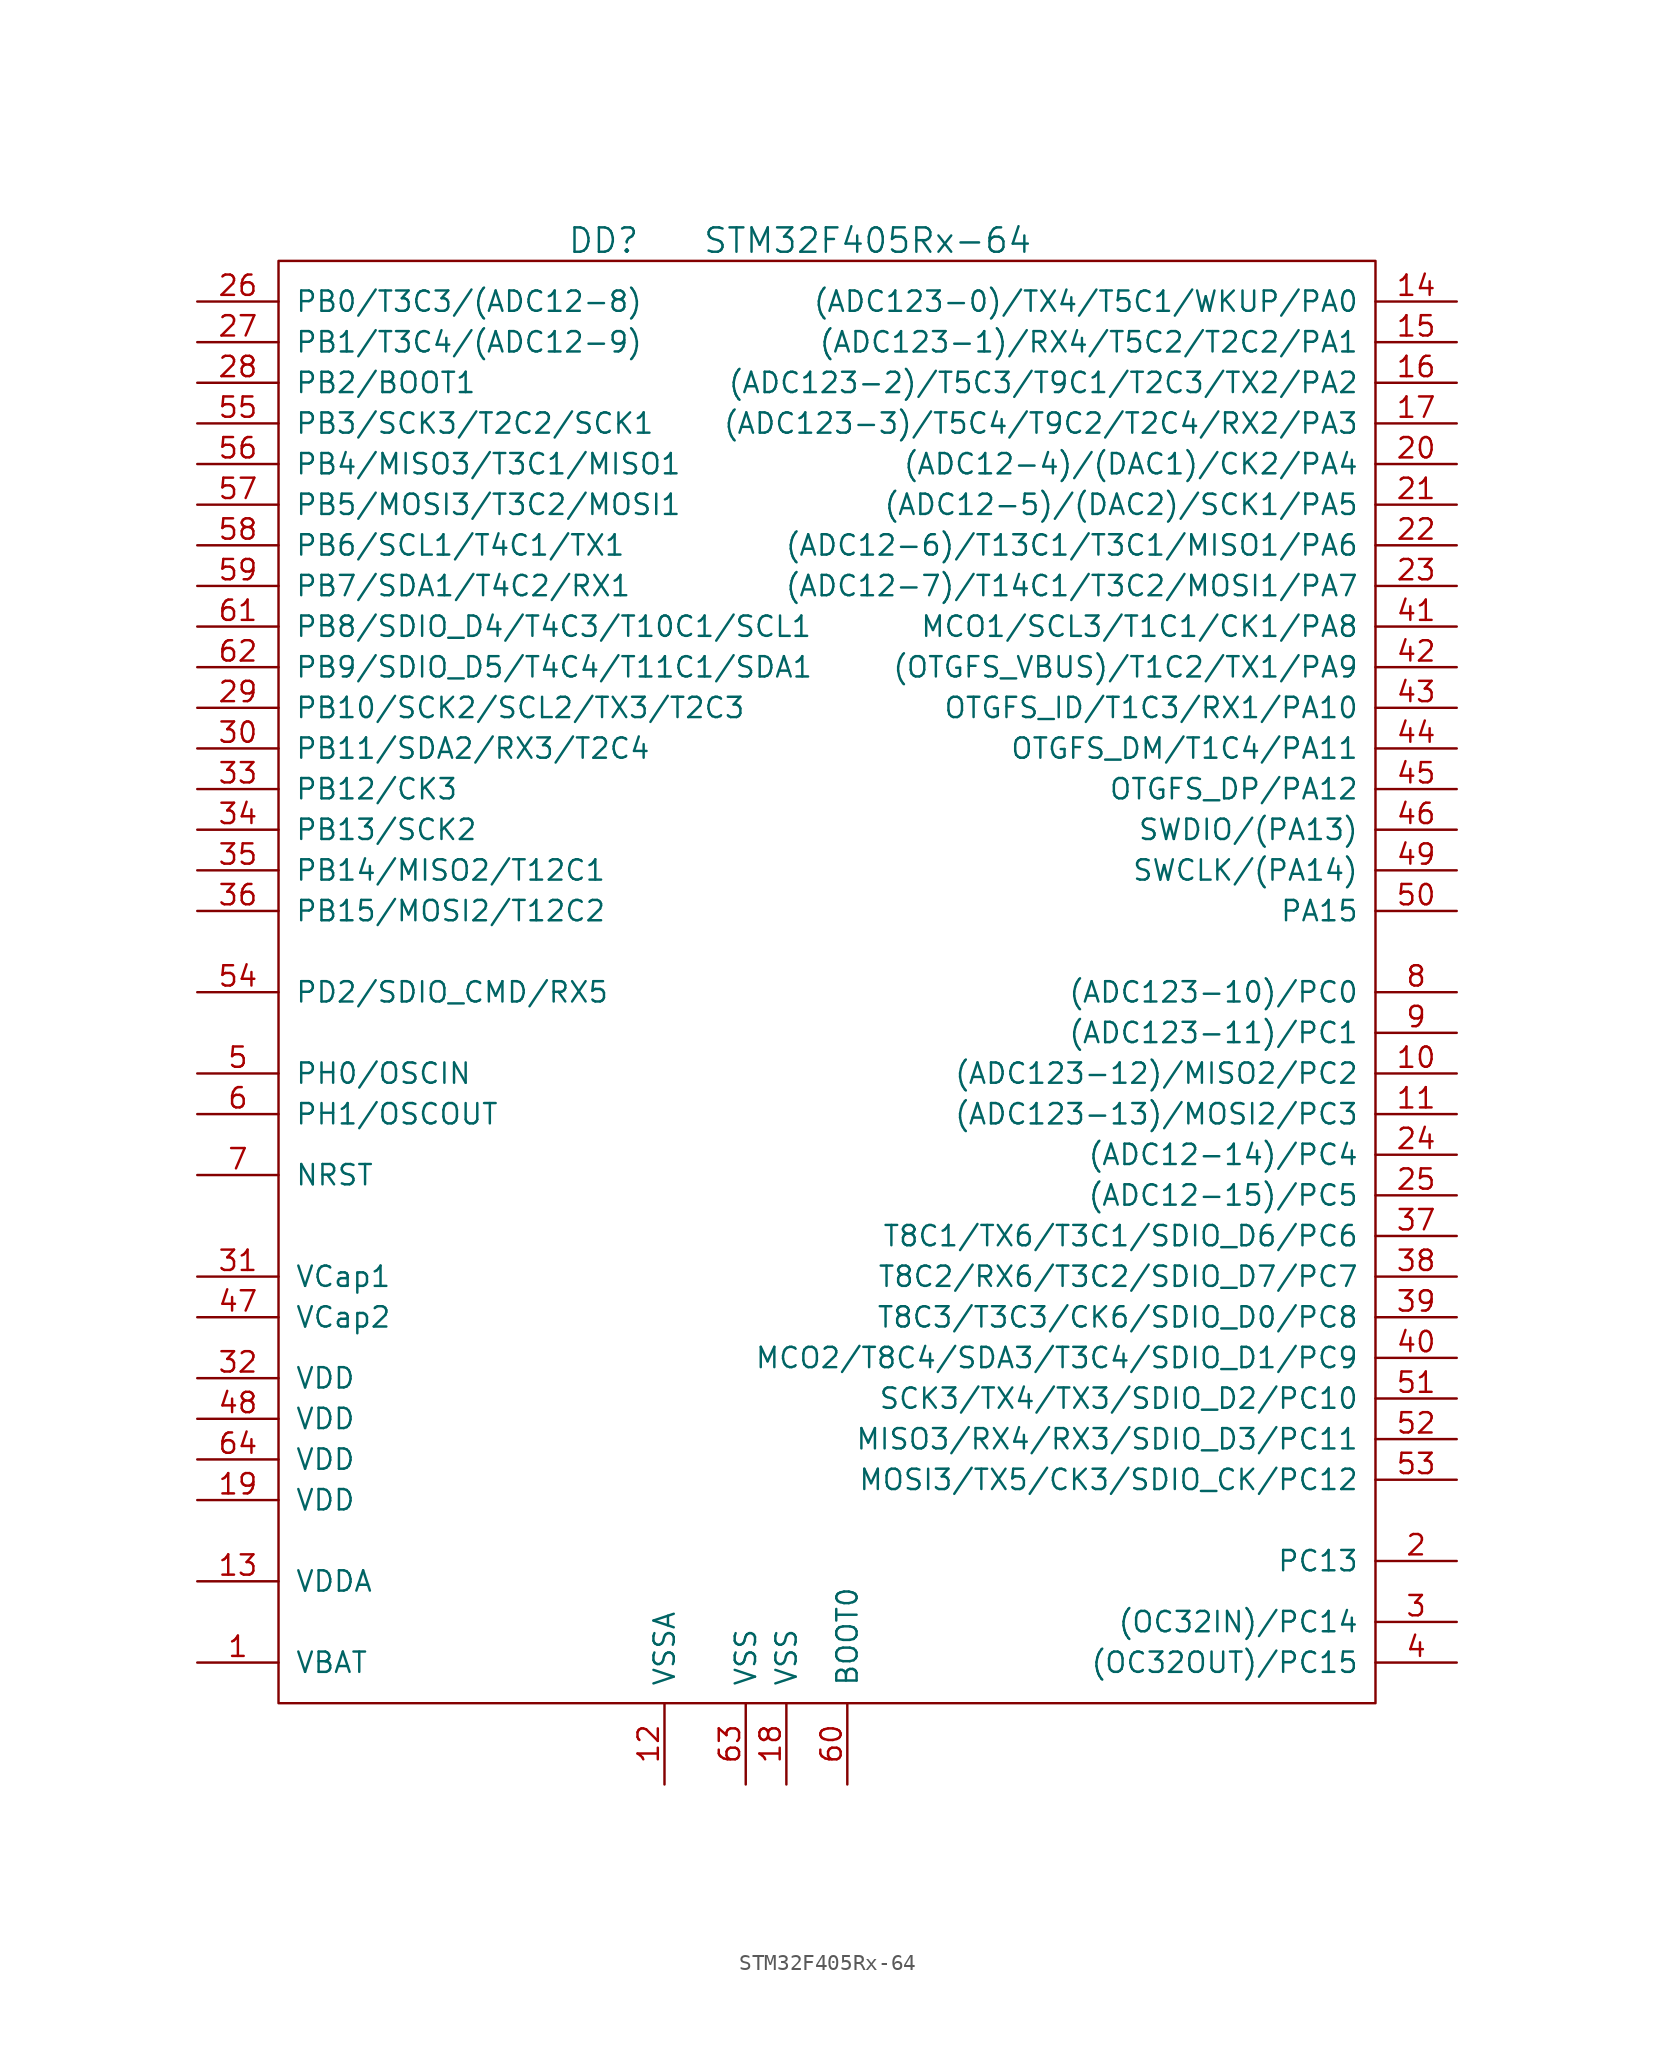
<source format=kicad_sym>
(kicad_symbol_lib
  (version 20201005)
  (generator kicad_symbol_editor)
  (symbol "st_kl:STM32F405Rx-64"
    (pin_names
      (offset 1.016))
    (property "Reference" "DD"
      (at -11.43 39.37 0)
      (effects (font (size 1.524 1.524))))
    (property "Value" "STM32F405Rx-64"
      (at 5.08 39.37 0)
      (effects (font (size 1.524 1.524))))
    (property "Footprint" ""
      (at 0 0 0)
      (effects (font (size 1.524 1.524))))
    (property "Datasheet" ""
      (at 0 0 0)
      (effects (font (size 1.524 1.524))))
    (symbol "STM32F405Rx-64_0_1"
      (rectangle (start -31.75 38.1) (end 36.83 -52.07) (stroke (width 0)) (fill (type none))))
    (symbol "STM32F405Rx-64_1_1"
      (pin power_in line (at -36.83 -49.53 0) (length 5.08) (name "VBAT" (effects (font (size 1.27 1.27)))) (number "1" (effects (font (size 1.27 1.27)))))
      (pin passive line (at 41.91 -12.7 180) (length 5.08) (name "(ADC123-12)/MISO2/PC2" (effects (font (size 1.27 1.27)))) (number "10" (effects (font (size 1.27 1.27)))))
      (pin passive line (at 41.91 -15.24 180) (length 5.08) (name "(ADC123-13)/MOSI2/PC3" (effects (font (size 1.27 1.27)))) (number "11" (effects (font (size 1.27 1.27)))))
      (pin power_in line (at -7.62 -57.15 90) (length 5.08) (name "VSSA" (effects (font (size 1.27 1.27)))) (number "12" (effects (font (size 1.27 1.27)))))
      (pin power_in line (at -36.83 -44.45 0) (length 5.08) (name "VDDA" (effects (font (size 1.27 1.27)))) (number "13" (effects (font (size 1.27 1.27)))))
      (pin passive line (at 41.91 35.56 180) (length 5.08) (name "(ADC123-0)/TX4/T5C1/WKUP/PA0" (effects (font (size 1.27 1.27)))) (number "14" (effects (font (size 1.27 1.27)))))
      (pin passive line (at 41.91 33.02 180) (length 5.08) (name "(ADC123-1)/RX4/T5C2/T2C2/PA1" (effects (font (size 1.27 1.27)))) (number "15" (effects (font (size 1.27 1.27)))))
      (pin passive line (at 41.91 30.48 180) (length 5.08) (name "(ADC123-2)/T5C3/T9C1/T2C3/TX2/PA2" (effects (font (size 1.27 1.27)))) (number "16" (effects (font (size 1.27 1.27)))))
      (pin passive line (at 41.91 27.94 180) (length 5.08) (name "(ADC123-3)/T5C4/T9C2/T2C4/RX2/PA3" (effects (font (size 1.27 1.27)))) (number "17" (effects (font (size 1.27 1.27)))))
      (pin power_in line (at 0 -57.15 90) (length 5.08) (name "VSS" (effects (font (size 1.27 1.27)))) (number "18" (effects (font (size 1.27 1.27)))))
      (pin power_in line (at -36.83 -39.37 0) (length 5.08) (name "VDD" (effects (font (size 1.27 1.27)))) (number "19" (effects (font (size 1.27 1.27)))))
      (pin passive line (at 41.91 -43.18 180) (length 5.08) (name "PC13" (effects (font (size 1.27 1.27)))) (number "2" (effects (font (size 1.27 1.27)))))
      (pin passive line (at 41.91 25.4 180) (length 5.08) (name "(ADC12-4)/(DAC1)/CK2/PA4" (effects (font (size 1.27 1.27)))) (number "20" (effects (font (size 1.27 1.27)))))
      (pin passive line (at 41.91 22.86 180) (length 5.08) (name "(ADC12-5)/(DAC2)/SCK1/PA5" (effects (font (size 1.27 1.27)))) (number "21" (effects (font (size 1.27 1.27)))))
      (pin passive line (at 41.91 20.32 180) (length 5.08) (name "(ADC12-6)/T13C1/T3C1/MISO1/PA6" (effects (font (size 1.27 1.27)))) (number "22" (effects (font (size 1.27 1.27)))))
      (pin passive line (at 41.91 17.78 180) (length 5.08) (name "(ADC12-7)/T14C1/T3C2/MOSI1/PA7" (effects (font (size 1.27 1.27)))) (number "23" (effects (font (size 1.27 1.27)))))
      (pin passive line (at 41.91 -17.78 180) (length 5.08) (name "(ADC12-14)/PC4" (effects (font (size 1.27 1.27)))) (number "24" (effects (font (size 1.27 1.27)))))
      (pin passive line (at 41.91 -20.32 180) (length 5.08) (name "(ADC12-15)/PC5" (effects (font (size 1.27 1.27)))) (number "25" (effects (font (size 1.27 1.27)))))
      (pin passive line (at -36.83 35.56 0) (length 5.08) (name "PB0/T3C3/(ADC12-8)" (effects (font (size 1.27 1.27)))) (number "26" (effects (font (size 1.27 1.27)))))
      (pin passive line (at -36.83 33.02 0) (length 5.08) (name "PB1/T3C4/(ADC12-9)" (effects (font (size 1.27 1.27)))) (number "27" (effects (font (size 1.27 1.27)))))
      (pin passive line (at -36.83 30.48 0) (length 5.08) (name "PB2/BOOT1" (effects (font (size 1.27 1.27)))) (number "28" (effects (font (size 1.27 1.27)))))
      (pin passive line (at -36.83 10.16 0) (length 5.08) (name "PB10/SCK2/SCL2/TX3/T2C3" (effects (font (size 1.27 1.27)))) (number "29" (effects (font (size 1.27 1.27)))))
      (pin passive line (at 41.91 -46.99 180) (length 5.08) (name "(OC32IN)/PC14" (effects (font (size 1.27 1.27)))) (number "3" (effects (font (size 1.27 1.27)))))
      (pin passive line (at -36.83 7.62 0) (length 5.08) (name "PB11/SDA2/RX3/T2C4" (effects (font (size 1.27 1.27)))) (number "30" (effects (font (size 1.27 1.27)))))
      (pin passive line (at -36.83 -25.4 0) (length 5.08) (name "VCap1" (effects (font (size 1.27 1.27)))) (number "31" (effects (font (size 1.27 1.27)))))
      (pin power_in line (at -36.83 -31.75 0) (length 5.08) (name "VDD" (effects (font (size 1.27 1.27)))) (number "32" (effects (font (size 1.27 1.27)))))
      (pin passive line (at -36.83 5.08 0) (length 5.08) (name "PB12/CK3" (effects (font (size 1.27 1.27)))) (number "33" (effects (font (size 1.27 1.27)))))
      (pin passive line (at -36.83 2.54 0) (length 5.08) (name "PB13/SCK2" (effects (font (size 1.27 1.27)))) (number "34" (effects (font (size 1.27 1.27)))))
      (pin passive line (at -36.83 0 0) (length 5.08) (name "PB14/MISO2/T12C1" (effects (font (size 1.27 1.27)))) (number "35" (effects (font (size 1.27 1.27)))))
      (pin passive line (at -36.83 -2.54 0) (length 5.08) (name "PB15/MOSI2/T12C2" (effects (font (size 1.27 1.27)))) (number "36" (effects (font (size 1.27 1.27)))))
      (pin passive line (at 41.91 -22.86 180) (length 5.08) (name "T8C1/TX6/T3C1/SDIO_D6/PC6" (effects (font (size 1.27 1.27)))) (number "37" (effects (font (size 1.27 1.27)))))
      (pin passive line (at 41.91 -25.4 180) (length 5.08) (name "T8C2/RX6/T3C2/SDIO_D7/PC7" (effects (font (size 1.27 1.27)))) (number "38" (effects (font (size 1.27 1.27)))))
      (pin passive line (at 41.91 -27.94 180) (length 5.08) (name "T8C3/T3C3/CK6/SDIO_D0/PC8" (effects (font (size 1.27 1.27)))) (number "39" (effects (font (size 1.27 1.27)))))
      (pin passive line (at 41.91 -49.53 180) (length 5.08) (name "(OC32OUT)/PC15" (effects (font (size 1.27 1.27)))) (number "4" (effects (font (size 1.27 1.27)))))
      (pin passive line (at 41.91 -30.48 180) (length 5.08) (name "MCO2/T8C4/SDA3/T3C4/SDIO_D1/PC9" (effects (font (size 1.27 1.27)))) (number "40" (effects (font (size 1.27 1.27)))))
      (pin passive line (at 41.91 15.24 180) (length 5.08) (name "MCO1/SCL3/T1C1/CK1/PA8" (effects (font (size 1.27 1.27)))) (number "41" (effects (font (size 1.27 1.27)))))
      (pin passive line (at 41.91 12.7 180) (length 5.08) (name "(OTGFS_VBUS)/T1C2/TX1/PA9" (effects (font (size 1.27 1.27)))) (number "42" (effects (font (size 1.27 1.27)))))
      (pin passive line (at 41.91 10.16 180) (length 5.08) (name "OTGFS_ID/T1C3/RX1/PA10" (effects (font (size 1.27 1.27)))) (number "43" (effects (font (size 1.27 1.27)))))
      (pin passive line (at 41.91 7.62 180) (length 5.08) (name "OTGFS_DM/T1C4/PA11" (effects (font (size 1.27 1.27)))) (number "44" (effects (font (size 1.27 1.27)))))
      (pin passive line (at 41.91 5.08 180) (length 5.08) (name "OTGFS_DP/PA12" (effects (font (size 1.27 1.27)))) (number "45" (effects (font (size 1.27 1.27)))))
      (pin passive line (at 41.91 2.54 180) (length 5.08) (name "SWDIO/(PA13)" (effects (font (size 1.27 1.27)))) (number "46" (effects (font (size 1.27 1.27)))))
      (pin passive line (at -36.83 -27.94 0) (length 5.08) (name "VCap2" (effects (font (size 1.27 1.27)))) (number "47" (effects (font (size 1.27 1.27)))))
      (pin power_in line (at -36.83 -34.29 0) (length 5.08) (name "VDD" (effects (font (size 1.27 1.27)))) (number "48" (effects (font (size 1.27 1.27)))))
      (pin passive line (at 41.91 0 180) (length 5.08) (name "SWCLK/(PA14)" (effects (font (size 1.27 1.27)))) (number "49" (effects (font (size 1.27 1.27)))))
      (pin passive line (at -36.83 -12.7 0) (length 5.08) (name "PH0/OSCIN" (effects (font (size 1.27 1.27)))) (number "5" (effects (font (size 1.27 1.27)))))
      (pin passive line (at 41.91 -2.54 180) (length 5.08) (name "PA15" (effects (font (size 1.27 1.27)))) (number "50" (effects (font (size 1.27 1.27)))))
      (pin passive line (at 41.91 -33.02 180) (length 5.08) (name "SCK3/TX4/TX3/SDIO_D2/PC10" (effects (font (size 1.27 1.27)))) (number "51" (effects (font (size 1.27 1.27)))))
      (pin passive line (at 41.91 -35.56 180) (length 5.08) (name "MISO3/RX4/RX3/SDIO_D3/PC11" (effects (font (size 1.27 1.27)))) (number "52" (effects (font (size 1.27 1.27)))))
      (pin passive line (at 41.91 -38.1 180) (length 5.08) (name "MOSI3/TX5/CK3/SDIO_CK/PC12" (effects (font (size 1.27 1.27)))) (number "53" (effects (font (size 1.27 1.27)))))
      (pin passive line (at -36.83 -7.62 0) (length 5.08) (name "PD2/SDIO_CMD/RX5" (effects (font (size 1.27 1.27)))) (number "54" (effects (font (size 1.27 1.27)))))
      (pin passive line (at -36.83 27.94 0) (length 5.08) (name "PB3/SCK3/T2C2/SCK1" (effects (font (size 1.27 1.27)))) (number "55" (effects (font (size 1.27 1.27)))))
      (pin passive line (at -36.83 25.4 0) (length 5.08) (name "PB4/MISO3/T3C1/MISO1" (effects (font (size 1.27 1.27)))) (number "56" (effects (font (size 1.27 1.27)))))
      (pin passive line (at -36.83 22.86 0) (length 5.08) (name "PB5/MOSI3/T3C2/MOSI1" (effects (font (size 1.27 1.27)))) (number "57" (effects (font (size 1.27 1.27)))))
      (pin passive line (at -36.83 20.32 0) (length 5.08) (name "PB6/SCL1/T4C1/TX1" (effects (font (size 1.27 1.27)))) (number "58" (effects (font (size 1.27 1.27)))))
      (pin passive line (at -36.83 17.78 0) (length 5.08) (name "PB7/SDA1/T4C2/RX1" (effects (font (size 1.27 1.27)))) (number "59" (effects (font (size 1.27 1.27)))))
      (pin passive line (at -36.83 -15.24 0) (length 5.08) (name "PH1/OSCOUT" (effects (font (size 1.27 1.27)))) (number "6" (effects (font (size 1.27 1.27)))))
      (pin passive line (at 3.81 -57.15 90) (length 5.08) (name "BOOT0" (effects (font (size 1.27 1.27)))) (number "60" (effects (font (size 1.27 1.27)))))
      (pin passive line (at -36.83 15.24 0) (length 5.08) (name "PB8/SDIO_D4/T4C3/T10C1/SCL1" (effects (font (size 1.27 1.27)))) (number "61" (effects (font (size 1.27 1.27)))))
      (pin passive line (at -36.83 12.7 0) (length 5.08) (name "PB9/SDIO_D5/T4C4/T11C1/SDA1" (effects (font (size 1.27 1.27)))) (number "62" (effects (font (size 1.27 1.27)))))
      (pin power_in line (at -2.54 -57.15 90) (length 5.08) (name "VSS" (effects (font (size 1.27 1.27)))) (number "63" (effects (font (size 1.27 1.27)))))
      (pin power_in line (at -36.83 -36.83 0) (length 5.08) (name "VDD" (effects (font (size 1.27 1.27)))) (number "64" (effects (font (size 1.27 1.27)))))
      (pin passive line (at -36.83 -19.05 0) (length 5.08) (name "NRST" (effects (font (size 1.27 1.27)))) (number "7" (effects (font (size 1.27 1.27)))))
      (pin passive line (at 41.91 -7.62 180) (length 5.08) (name "(ADC123-10)/PC0" (effects (font (size 1.27 1.27)))) (number "8" (effects (font (size 1.27 1.27)))))
      (pin passive line (at 41.91 -10.16 180) (length 5.08) (name "(ADC123-11)/PC1" (effects (font (size 1.27 1.27)))) (number "9" (effects (font (size 1.27 1.27))))))))
</source>
